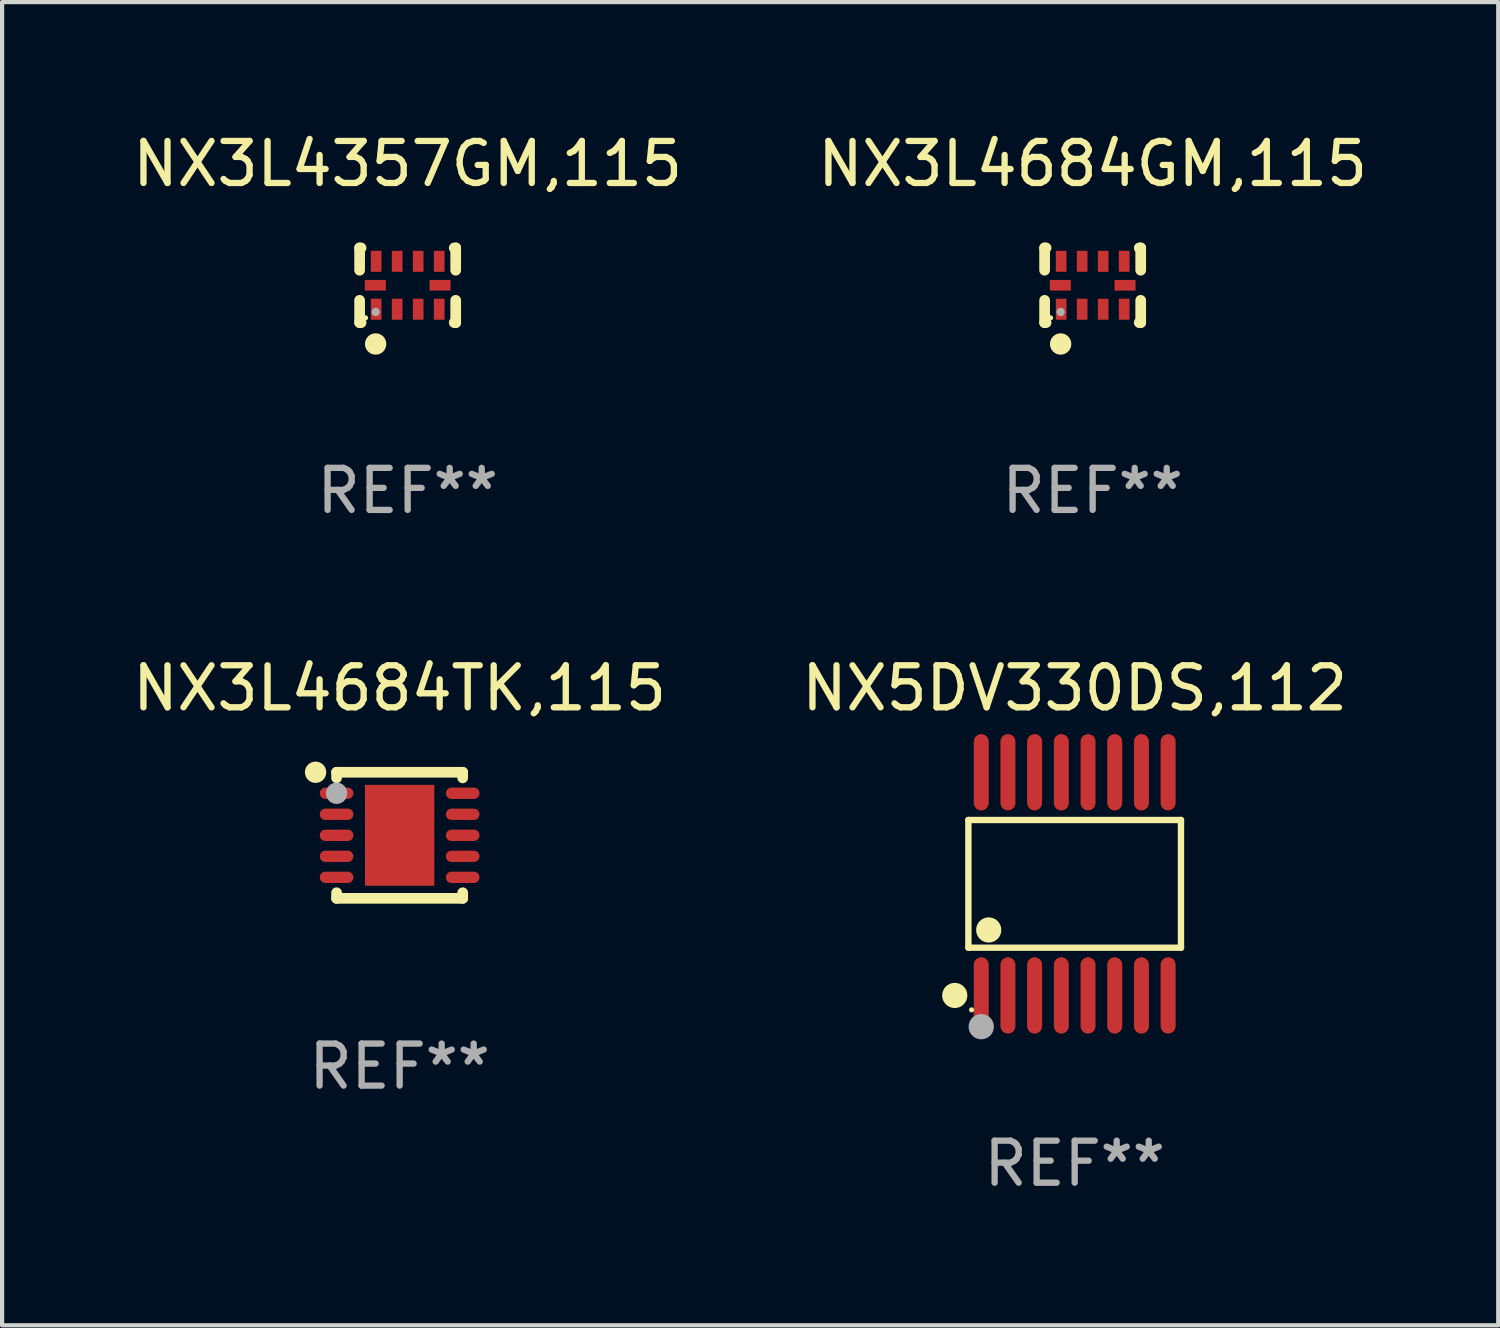
<source format=kicad_pcb>
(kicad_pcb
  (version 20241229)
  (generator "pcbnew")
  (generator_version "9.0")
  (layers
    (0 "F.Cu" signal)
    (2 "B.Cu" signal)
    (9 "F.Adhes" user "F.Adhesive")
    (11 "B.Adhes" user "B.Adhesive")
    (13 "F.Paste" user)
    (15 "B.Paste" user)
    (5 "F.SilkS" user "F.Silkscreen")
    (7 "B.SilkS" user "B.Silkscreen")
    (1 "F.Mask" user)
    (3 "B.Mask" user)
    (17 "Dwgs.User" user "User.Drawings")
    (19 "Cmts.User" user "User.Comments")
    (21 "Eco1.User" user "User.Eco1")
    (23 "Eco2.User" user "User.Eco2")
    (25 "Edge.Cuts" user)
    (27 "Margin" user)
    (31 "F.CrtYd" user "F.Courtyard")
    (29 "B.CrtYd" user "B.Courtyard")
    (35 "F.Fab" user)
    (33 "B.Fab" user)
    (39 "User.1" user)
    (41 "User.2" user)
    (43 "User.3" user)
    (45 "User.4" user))
  (footprint "NX3L4357GM,115"
    (layer "F.Cu")
    (at 6.649 3.737)
    (property "Reference" "NX3L4357GM,115" (at 0 -2.889 0) (layer "F.SilkS") (effects (font (size 1 1) (thickness 0.15))))
    (attr through_hole)
    (fp_line (start -1.143 -0.889) (end -1.143 -0.358) (stroke (width 0.254) (type solid)) (layer "F.SilkS"))
    (fp_line (start -1.143 0.358) (end -1.143 0.889) (stroke (width 0.254) (type solid)) (layer "F.SilkS"))
    (fp_line (start -1.143 0.889) (end -1.108 0.889) (stroke (width 0.254) (type solid)) (layer "F.SilkS"))
    (fp_line (start -1.108 -0.889) (end -1.143 -0.889) (stroke (width 0.254) (type solid)) (layer "F.SilkS"))
    (fp_line (start 1.108 0.889) (end 1.143 0.889) (stroke (width 0.254) (type solid)) (layer "F.SilkS"))
    (fp_line (start 1.143 -0.889) (end 1.108 -0.889) (stroke (width 0.254) (type solid)) (layer "F.SilkS"))
    (fp_line (start 1.143 -0.358) (end 1.143 -0.889) (stroke (width 0.254) (type solid)) (layer "F.SilkS"))
    (fp_line (start 1.143 0.889) (end 1.143 0.358) (stroke (width 0.254) (type solid)) (layer "F.SilkS"))
    (fp_circle (center -1 0.775) (end -0.97 0.775) (stroke (width 0.06) (type solid)) (fill no) (layer "F.SilkS"))
    (fp_circle (center -0.762 1.397) (end -0.635 1.397) (stroke (width 0.254) (type solid)) (fill no) (layer "F.SilkS"))
    (fp_circle (center -0.762 0.635) (end -0.712 0.635) (stroke (width 0.1) (type solid)) (fill no) (layer "F.Fab"))
    (fp_text user "REF**" (at 0 4.889 0) (layer "F.Fab") (effects (font (size 1 1) (thickness 0.15))))
    (pad "1" smd rect (at -0.75 0.57) (size 0.254 0.5) (layers "F.Cu" "F.Mask" "F.Paste"))
    (pad "2" smd rect (at -0.25 0.57) (size 0.254 0.5) (layers "F.Cu" "F.Mask" "F.Paste"))
    (pad "3" smd rect (at 0.25 0.57) (size 0.254 0.5) (layers "F.Cu" "F.Mask" "F.Paste"))
    (pad "4" smd rect (at 0.75 0.57) (size 0.254 0.5) (layers "F.Cu" "F.Mask" "F.Paste"))
    (pad "5" smd rect (at 0.77 0) (size 0.5 0.254) (layers "F.Cu" "F.Mask" "F.Paste"))
    (pad "6" smd rect (at 0.75 -0.57) (size 0.254 0.5) (layers "F.Cu" "F.Mask" "F.Paste"))
    (pad "7" smd rect (at 0.25 -0.57) (size 0.254 0.5) (layers "F.Cu" "F.Mask" "F.Paste"))
    (pad "8" smd rect (at -0.25 -0.57) (size 0.254 0.5) (layers "F.Cu" "F.Mask" "F.Paste"))
    (pad "9" smd rect (at -0.75 -0.57) (size 0.254 0.5) (layers "F.Cu" "F.Mask" "F.Paste"))
    (pad "10" smd rect (at -0.77 0) (size 0.5 0.254) (layers "F.Cu" "F.Mask" "F.Paste")))
  (footprint "NX3L4684TK,115"
    (layer "F.Cu")
    (at 6.458 16.823)
    (property "Reference" "NX3L4684TK,115" (at 0 -3.5 0) (layer "F.SilkS") (effects (font (size 1 1) (thickness 0.15))))
    (attr through_hole)
    (fp_line (start -1.5 -1.5) (end -1.5 -1.366) (stroke (width 0.254) (type solid)) (layer "F.SilkS"))
    (fp_line (start -1.5 1.366) (end -1.5 1.5) (stroke (width 0.254) (type solid)) (layer "F.SilkS"))
    (fp_line (start 1.5 -1.5) (end -1.5 -1.5) (stroke (width 0.254) (type solid)) (layer "F.SilkS"))
    (fp_line (start 1.5 -1.5) (end 1.5 -1.366) (stroke (width 0.254) (type solid)) (layer "F.SilkS"))
    (fp_line (start 1.5 1.366) (end 1.5 1.5) (stroke (width 0.254) (type solid)) (layer "F.SilkS"))
    (fp_line (start 1.5 1.5) (end -1.5 1.5) (stroke (width 0.254) (type solid)) (layer "F.SilkS"))
    (fp_circle (center -2 -1.5) (end -1.873 -1.5) (stroke (width 0.254) (type solid)) (fill no) (layer "F.SilkS"))
    (fp_circle (center -1.5 -1.5) (end -1.47 -1.5) (stroke (width 0.06) (type solid)) (fill no) (layer "F.SilkS"))
    (fp_circle (center -1.5 -1) (end -1.373 -1) (stroke (width 0.254) (type solid)) (fill no) (layer "F.Fab"))
    (fp_text user "REF**" (at 0 5.5 0) (layer "F.Fab") (effects (font (size 1 1) (thickness 0.15))))
    (pad "1" smd oval (at -1.5 -1 90) (size 0.27 0.8) (layers "F.Cu" "F.Mask" "F.Paste"))
    (pad "2" smd oval (at -1.5 -0.5 90) (size 0.27 0.8) (layers "F.Cu" "F.Mask" "F.Paste"))
    (pad "3" smd oval (at -1.5 0 90) (size 0.27 0.8) (layers "F.Cu" "F.Mask" "F.Paste"))
    (pad "4" smd oval (at -1.5 0.5 90) (size 0.27 0.8) (layers "F.Cu" "F.Mask" "F.Paste"))
    (pad "5" smd oval (at -1.5 1 90) (size 0.27 0.8) (layers "F.Cu" "F.Mask" "F.Paste"))
    (pad "6" smd oval (at 1.5 1 90) (size 0.27 0.8) (layers "F.Cu" "F.Mask" "F.Paste"))
    (pad "7" smd oval (at 1.5 0.5 90) (size 0.27 0.8) (layers "F.Cu" "F.Mask" "F.Paste"))
    (pad "8" smd oval (at 1.5 0 90) (size 0.27 0.8) (layers "F.Cu" "F.Mask" "F.Paste"))
    (pad "9" smd oval (at 1.5 -0.5 90) (size 0.27 0.8) (layers "F.Cu" "F.Mask" "F.Paste"))
    (pad "10" smd oval (at 1.5 -1 90) (size 0.27 0.8) (layers "F.Cu" "F.Mask" "F.Paste"))
    (pad "11" smd rect (at -0.000089 0) (size 1.65 2.4) (layers "F.Cu" "F.Mask" "F.Paste")))
  (footprint "NX3L4684GM,115"
    (layer "F.Cu")
    (at 22.946 3.737)
    (property "Reference" "NX3L4684GM,115" (at 0 -2.889 0) (layer "F.SilkS") (effects (font (size 1 1) (thickness 0.15))))
    (attr through_hole)
    (fp_line (start -1.143 -0.889) (end -1.143 -0.358) (stroke (width 0.254) (type solid)) (layer "F.SilkS"))
    (fp_line (start -1.143 0.358) (end -1.143 0.889) (stroke (width 0.254) (type solid)) (layer "F.SilkS"))
    (fp_line (start -1.143 0.889) (end -1.108 0.889) (stroke (width 0.254) (type solid)) (layer "F.SilkS"))
    (fp_line (start -1.108 -0.889) (end -1.143 -0.889) (stroke (width 0.254) (type solid)) (layer "F.SilkS"))
    (fp_line (start 1.108 0.889) (end 1.143 0.889) (stroke (width 0.254) (type solid)) (layer "F.SilkS"))
    (fp_line (start 1.143 -0.889) (end 1.108 -0.889) (stroke (width 0.254) (type solid)) (layer "F.SilkS"))
    (fp_line (start 1.143 -0.358) (end 1.143 -0.889) (stroke (width 0.254) (type solid)) (layer "F.SilkS"))
    (fp_line (start 1.143 0.889) (end 1.143 0.358) (stroke (width 0.254) (type solid)) (layer "F.SilkS"))
    (fp_circle (center -1 0.775) (end -0.97 0.775) (stroke (width 0.06) (type solid)) (fill no) (layer "F.SilkS"))
    (fp_circle (center -0.762 1.397) (end -0.635 1.397) (stroke (width 0.254) (type solid)) (fill no) (layer "F.SilkS"))
    (fp_circle (center -0.762 0.635) (end -0.712 0.635) (stroke (width 0.1) (type solid)) (fill no) (layer "F.Fab"))
    (fp_text user "REF**" (at 0 4.889 0) (layer "F.Fab") (effects (font (size 1 1) (thickness 0.15))))
    (pad "1" smd rect (at -0.75 0.57) (size 0.254 0.5) (layers "F.Cu" "F.Mask" "F.Paste"))
    (pad "2" smd rect (at -0.25 0.57) (size 0.254 0.5) (layers "F.Cu" "F.Mask" "F.Paste"))
    (pad "3" smd rect (at 0.25 0.57) (size 0.254 0.5) (layers "F.Cu" "F.Mask" "F.Paste"))
    (pad "4" smd rect (at 0.75 0.57) (size 0.254 0.5) (layers "F.Cu" "F.Mask" "F.Paste"))
    (pad "5" smd rect (at 0.77 0) (size 0.5 0.254) (layers "F.Cu" "F.Mask" "F.Paste"))
    (pad "6" smd rect (at 0.75 -0.57) (size 0.254 0.5) (layers "F.Cu" "F.Mask" "F.Paste"))
    (pad "7" smd rect (at 0.25 -0.57) (size 0.254 0.5) (layers "F.Cu" "F.Mask" "F.Paste"))
    (pad "8" smd rect (at -0.25 -0.57) (size 0.254 0.5) (layers "F.Cu" "F.Mask" "F.Paste"))
    (pad "9" smd rect (at -0.75 -0.57) (size 0.254 0.5) (layers "F.Cu" "F.Mask" "F.Paste"))
    (pad "10" smd rect (at -0.77 0) (size 0.5 0.254) (layers "F.Cu" "F.Mask" "F.Paste")))
  (footprint "NX5DV330DS,112"
    (layer "F.Cu")
    (at 22.518 17.978)
    (property "Reference" "NX5DV330DS,112" (at 0 -4.655 0) (layer "F.SilkS") (effects (font (size 1 1) (thickness 0.15))))
    (attr through_hole)
    (fp_line (start -2.529 -1.519) (end 2.529 -1.519) (stroke (width 0.152) (type solid)) (layer "F.SilkS"))
    (fp_line (start -2.529 1.519) (end -2.529 -1.519) (stroke (width 0.152) (type solid)) (layer "F.SilkS"))
    (fp_line (start 2.529 -1.519) (end 2.529 1.519) (stroke (width 0.152) (type solid)) (layer "F.SilkS"))
    (fp_line (start 2.529 1.519) (end -2.529 1.519) (stroke (width 0.152) (type solid)) (layer "F.SilkS"))
    (fp_circle (center -2.853 2.655) (end -2.703 2.655) (stroke (width 0.3) (type solid)) (fill no) (layer "F.SilkS"))
    (fp_circle (center -2.453 2.998) (end -2.423 2.998) (stroke (width 0.06) (type solid)) (fill no) (layer "F.SilkS"))
    (fp_circle (center -2.045 1.097) (end -1.895 1.097) (stroke (width 0.3) (type solid)) (fill no) (layer "F.SilkS"))
    (fp_circle (center -2.223 3.398) (end -2.072 3.398) (stroke (width 0.3) (type solid)) (fill no) (layer "F.Fab"))
    (fp_text user "REF**" (at 0 6.655 0) (layer "F.Fab") (effects (font (size 1 1) (thickness 0.15))))
    (pad "1" smd oval (at -2.223 2.655) (size 0.356 1.815) (layers "F.Cu" "F.Mask" "F.Paste"))
    (pad "2" smd oval (at -1.588 2.655) (size 0.356 1.815) (layers "F.Cu" "F.Mask" "F.Paste"))
    (pad "3" smd oval (at -0.953 2.655) (size 0.356 1.815) (layers "F.Cu" "F.Mask" "F.Paste"))
    (pad "4" smd oval (at -0.318 2.655) (size 0.356 1.815) (layers "F.Cu" "F.Mask" "F.Paste"))
    (pad "5" smd oval (at 0.318 2.655) (size 0.356 1.815) (layers "F.Cu" "F.Mask" "F.Paste"))
    (pad "6" smd oval (at 0.953 2.655) (size 0.356 1.815) (layers "F.Cu" "F.Mask" "F.Paste"))
    (pad "7" smd oval (at 1.588 2.655) (size 0.356 1.815) (layers "F.Cu" "F.Mask" "F.Paste"))
    (pad "8" smd oval (at 2.223 2.655) (size 0.356 1.815) (layers "F.Cu" "F.Mask" "F.Paste"))
    (pad "9" smd oval (at 2.223 -2.655) (size 0.356 1.815) (layers "F.Cu" "F.Mask" "F.Paste"))
    (pad "10" smd oval (at 1.588 -2.655) (size 0.356 1.815) (layers "F.Cu" "F.Mask" "F.Paste"))
    (pad "11" smd oval (at 0.953 -2.655) (size 0.356 1.815) (layers "F.Cu" "F.Mask" "F.Paste"))
    (pad "12" smd oval (at 0.318 -2.655) (size 0.356 1.815) (layers "F.Cu" "F.Mask" "F.Paste"))
    (pad "13" smd oval (at -0.318 -2.655) (size 0.356 1.815) (layers "F.Cu" "F.Mask" "F.Paste"))
    (pad "14" smd oval (at -0.953 -2.655) (size 0.356 1.815) (layers "F.Cu" "F.Mask" "F.Paste"))
    (pad "15" smd oval (at -1.588 -2.655) (size 0.356 1.815) (layers "F.Cu" "F.Mask" "F.Paste"))
    (pad "16" smd oval (at -2.223 -2.655) (size 0.356 1.815) (layers "F.Cu" "F.Mask" "F.Paste")))
  (gr_rect
    (start -3 -3)
    (end 32.595 28.481)
    (stroke (width 0.1) (type default))
    (fill no)
    (layer "Edge.Cuts")))
</source>
